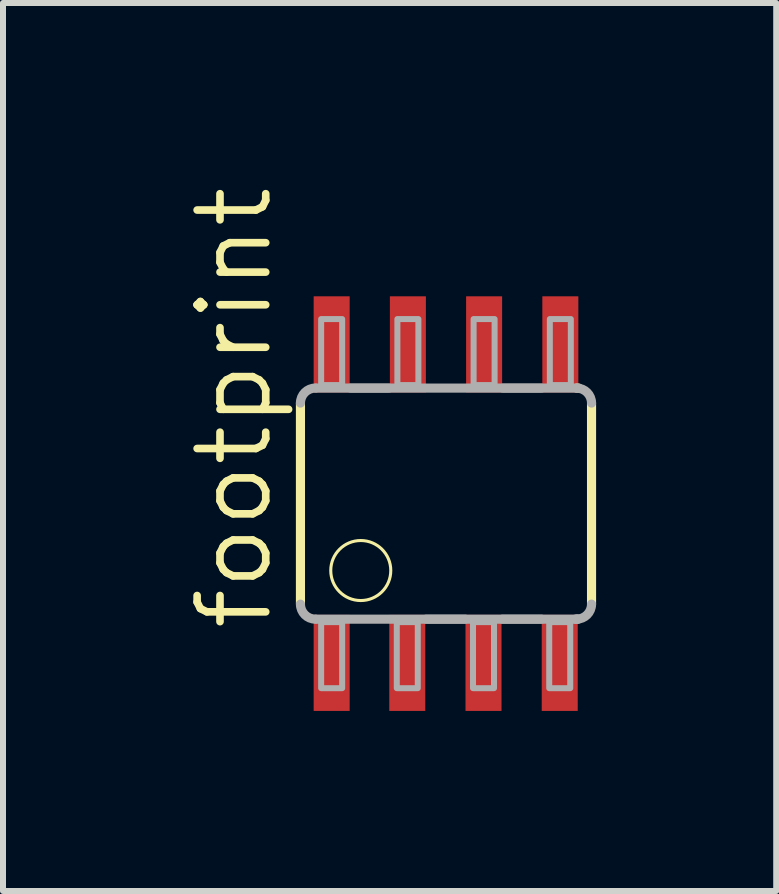
<source format=kicad_pcb>
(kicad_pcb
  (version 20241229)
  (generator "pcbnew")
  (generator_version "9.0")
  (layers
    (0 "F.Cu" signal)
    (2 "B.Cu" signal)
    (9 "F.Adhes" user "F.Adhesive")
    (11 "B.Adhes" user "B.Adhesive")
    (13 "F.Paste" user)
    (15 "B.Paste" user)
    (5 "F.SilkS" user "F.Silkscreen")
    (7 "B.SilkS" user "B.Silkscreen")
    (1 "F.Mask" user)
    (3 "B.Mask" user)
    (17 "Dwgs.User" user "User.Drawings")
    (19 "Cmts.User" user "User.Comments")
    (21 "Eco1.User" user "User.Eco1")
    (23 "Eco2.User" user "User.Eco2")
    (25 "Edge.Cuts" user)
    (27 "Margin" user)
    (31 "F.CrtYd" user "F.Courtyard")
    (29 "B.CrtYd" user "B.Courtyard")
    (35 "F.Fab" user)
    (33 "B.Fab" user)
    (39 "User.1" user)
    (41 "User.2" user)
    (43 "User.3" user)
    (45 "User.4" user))
  (footprint "footprint"
    (layer "F.Cu")
    (at 4.381 5.341)
    (property "Reference" "footprint" (at -2.857 2.159 90) (layer "F.SilkS") (effects (font (size 1.143 1.143) (thickness 0.127)) (justify left bottom)))
    (fp_line (start -2.425 -1.675) (end -2.425 1.665) (stroke (width 0.152) (type solid)) (layer "F.SilkS"))
    (fp_line (start 2.21 -1.925) (end 2.185 -1.925) (stroke (width 0.152) (type solid)) (layer "F.SilkS"))
    (fp_line (start 2.425 1.675) (end 2.425 -1.675) (stroke (width 0.152) (type solid)) (layer "F.SilkS"))
    (fp_circle (center -1.42 1.115) (end -0.92 1.115) (stroke (width 0.051) (type solid)) (fill no) (layer "F.SilkS"))
    (fp_line (start -2.165 -1.925) (end 2.185 -1.925) (stroke (width 0.152) (type solid)) (layer "F.Fab"))
    (fp_line (start -1.59 -1.925) (end -0.95 -1.925) (stroke (width 0.152) (type solid)) (layer "F.Fab"))
    (fp_line (start 0.32 1.925) (end -0.33 1.925) (stroke (width 0.152) (type solid)) (layer "F.Fab"))
    (fp_line (start 0.95 -1.925) (end 1.59 -1.925) (stroke (width 0.152) (type solid)) (layer "F.Fab"))
    (fp_line (start 1.59 1.925) (end 0.94 1.925) (stroke (width 0.152) (type solid)) (layer "F.Fab"))
    (fp_line (start 2.185 1.925) (end -2.165 1.925) (stroke (width 0.152) (type solid)) (layer "F.Fab"))
    (fp_line (start 2.185 1.925) (end 2.155 1.925) (stroke (width 0.152) (type solid)) (layer "F.Fab"))
    (fp_line (start 2.2 1.925) (end 2.185 1.925) (stroke (width 0.152) (type solid)) (layer "F.Fab"))
    (fp_arc (start -2.425 -1.675) (mid -2.351777 -1.851777) (end -2.175 -1.925) (stroke (width 0.1524) (type solid)) (layer "F.Fab"))
    (fp_arc (start -2.175 1.925) (mid -2.351777 1.851777) (end -2.425 1.675) (stroke (width 0.1524) (type solid)) (layer "F.Fab"))
    (fp_arc (start 2.175 -1.925) (mid 2.351777 -1.851777) (end 2.425 -1.675) (stroke (width 0.1524) (type solid)) (layer "F.Fab"))
    (fp_arc (start 2.425 1.675) (mid 2.351777 1.851777) (end 2.175 1.925) (stroke (width 0.1524) (type solid)) (layer "F.Fab"))
    (fp_poly (pts (xy -2.08 -1.975) (xy -1.73 -1.975) (xy -1.73 -3.075) (xy -2.08 -3.075)) (stroke (width 0.1) (type solid)) (fill no) (layer "F.Fab"))
    (fp_poly (pts (xy -2.08 3.075) (xy -1.73 3.075) (xy -1.73 1.975) (xy -2.08 1.975)) (stroke (width 0.1) (type solid)) (fill no) (layer "F.Fab"))
    (fp_poly (pts (xy -0.82 3.075) (xy -0.47 3.075) (xy -0.47 1.975) (xy -0.82 1.975)) (stroke (width 0.1) (type solid)) (fill no) (layer "F.Fab"))
    (fp_poly (pts (xy -0.81 -1.975) (xy -0.46 -1.975) (xy -0.46 -3.075) (xy -0.81 -3.075)) (stroke (width 0.1) (type solid)) (fill no) (layer "F.Fab"))
    (fp_poly (pts (xy 0.45 3.075) (xy 0.8 3.075) (xy 0.8 1.975) (xy 0.45 1.975)) (stroke (width 0.1) (type solid)) (fill no) (layer "F.Fab"))
    (fp_poly (pts (xy 0.46 -1.975) (xy 0.81 -1.975) (xy 0.81 -3.075) (xy 0.46 -3.075)) (stroke (width 0.1) (type solid)) (fill no) (layer "F.Fab"))
    (fp_poly (pts (xy 1.72 3.075) (xy 2.07 3.075) (xy 2.07 1.975) (xy 1.72 1.975)) (stroke (width 0.1) (type solid)) (fill no) (layer "F.Fab"))
    (fp_poly (pts (xy 1.73 -1.975) (xy 2.08 -1.975) (xy 2.08 -3.075) (xy 1.73 -3.075)) (stroke (width 0.1) (type solid)) (fill no) (layer "F.Fab"))
    (pad "1" smd rect (at -1.905 2.654) (size 0.6 1.6) (layers "F.Cu" "F.Mask" "F.Paste"))
    (pad "2" smd rect (at -0.645 2.654) (size 0.6 1.6) (layers "F.Cu" "F.Mask" "F.Paste"))
    (pad "3" smd rect (at 0.625 2.654) (size 0.6 1.6) (layers "F.Cu" "F.Mask" "F.Paste"))
    (pad "4" smd rect (at 1.895 2.654) (size 0.6 1.6) (layers "F.Cu" "F.Mask" "F.Paste"))
    (pad "5" smd rect (at 1.905 -2.654) (size 0.6 1.6) (layers "F.Cu" "F.Mask" "F.Paste"))
    (pad "6" smd rect (at 0.635 -2.654) (size 0.6 1.6) (layers "F.Cu" "F.Mask" "F.Paste"))
    (pad "7" smd rect (at -0.635 -2.654) (size 0.6 1.6) (layers "F.Cu" "F.Mask" "F.Paste"))
    (pad "8" smd rect (at -1.905 -2.654) (size 0.6 1.6) (layers "F.Cu" "F.Mask" "F.Paste")))
  (gr_rect
    (start -3 -3)
    (end 9.883 11.795)
    (stroke (width 0.1) (type default))
    (fill no)
    (layer "Edge.Cuts")))
</source>
